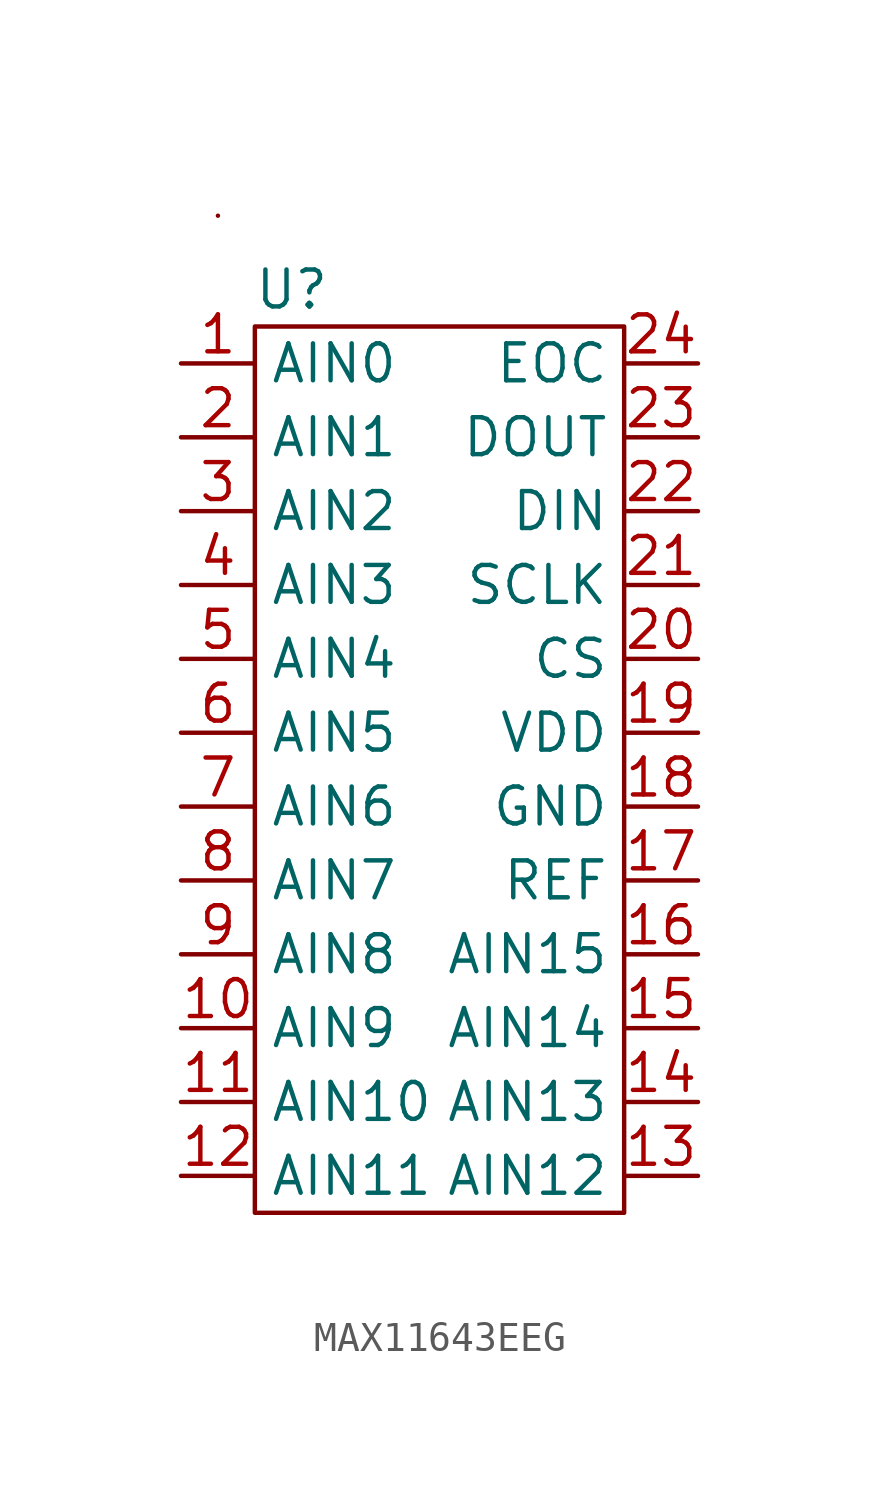
<source format=kicad_sym>
(kicad_symbol_lib
  (version 20220914)
  (generator kicad_symbol_editor)
  (symbol "MAX11643EEG"
    (property "Reference" "U"
      (at -5.08 16.51 0)
      (effects (font (size 1.27 1.27))))
    (property "Value" ""
      (at -8.89 13.97 0)
      (effects (font (size 1.27 1.27))))
    (symbol "MAX11643EEG_0_0"
      (pin input line (at -8.89 13.97 0) (length 2.54) (name "AIN0" (effects (font (size 1.27 1.27)))) (number "1" (effects (font (size 1.27 1.27)))))
      (pin input line (at -8.89 -8.89 0) (length 2.54) (name "AIN9" (effects (font (size 1.27 1.27)))) (number "10" (effects (font (size 1.27 1.27)))))
      (pin input line (at -8.89 -11.43 0) (length 2.54) (name "AIN10" (effects (font (size 1.27 1.27)))) (number "11" (effects (font (size 1.27 1.27)))))
      (pin input line (at -8.89 -13.97 0) (length 2.54) (name "AIN11" (effects (font (size 1.27 1.27)))) (number "12" (effects (font (size 1.27 1.27)))))
      (pin input line (at 8.89 -13.97 180) (length 2.54) (name "AIN12" (effects (font (size 1.27 1.27)))) (number "13" (effects (font (size 1.27 1.27)))))
      (pin input line (at 8.89 -11.43 180) (length 2.54) (name "AIN13" (effects (font (size 1.27 1.27)))) (number "14" (effects (font (size 1.27 1.27)))))
      (pin input line (at 8.89 -8.89 180) (length 2.54) (name "AIN14" (effects (font (size 1.27 1.27)))) (number "15" (effects (font (size 1.27 1.27)))))
      (pin input line (at 8.89 -6.35 180) (length 2.54) (name "AIN15" (effects (font (size 1.27 1.27)))) (number "16" (effects (font (size 1.27 1.27)))))
      (pin input line (at 8.89 -3.81 180) (length 2.54) (name "REF" (effects (font (size 1.27 1.27)))) (number "17" (effects (font (size 1.27 1.27)))))
      (pin input line (at 8.89 -1.27 180) (length 2.54) (name "GND" (effects (font (size 1.27 1.27)))) (number "18" (effects (font (size 1.27 1.27)))))
      (pin input line (at 8.89 1.27 180) (length 2.54) (name "VDD" (effects (font (size 1.27 1.27)))) (number "19" (effects (font (size 1.27 1.27)))))
      (pin input line (at -8.89 11.43 0) (length 2.54) (name "AIN1" (effects (font (size 1.27 1.27)))) (number "2" (effects (font (size 1.27 1.27)))))
      (pin input line (at 8.89 3.81 180) (length 2.54) (name "CS" (effects (font (size 1.27 1.27)))) (number "20" (effects (font (size 1.27 1.27)))))
      (pin input line (at 8.89 6.35 180) (length 2.54) (name "SCLK" (effects (font (size 1.27 1.27)))) (number "21" (effects (font (size 1.27 1.27)))))
      (pin input line (at 8.89 8.89 180) (length 2.54) (name "DIN" (effects (font (size 1.27 1.27)))) (number "22" (effects (font (size 1.27 1.27)))))
      (pin output line (at 8.89 11.43 180) (length 2.54) (name "DOUT" (effects (font (size 1.27 1.27)))) (number "23" (effects (font (size 1.27 1.27)))))
      (pin input line (at -8.89 8.89 0) (length 2.54) (name "AIN2" (effects (font (size 1.27 1.27)))) (number "3" (effects (font (size 1.27 1.27)))))
      (pin input line (at -8.89 6.35 0) (length 2.54) (name "AIN3" (effects (font (size 1.27 1.27)))) (number "4" (effects (font (size 1.27 1.27)))))
      (pin input line (at -8.89 3.81 0) (length 2.54) (name "AIN4" (effects (font (size 1.27 1.27)))) (number "5" (effects (font (size 1.27 1.27)))))
      (pin input line (at -8.89 1.27 0) (length 2.54) (name "AIN5" (effects (font (size 1.27 1.27)))) (number "6" (effects (font (size 1.27 1.27)))))
      (pin input line (at -8.89 -1.27 0) (length 2.54) (name "AIN6" (effects (font (size 1.27 1.27)))) (number "7" (effects (font (size 1.27 1.27)))))
      (pin input line (at -8.89 -3.81 0) (length 2.54) (name "AIN7" (effects (font (size 1.27 1.27)))) (number "8" (effects (font (size 1.27 1.27)))))
      (pin input line (at -8.89 -6.35 0) (length 2.54) (name "AIN8" (effects (font (size 1.27 1.27)))) (number "9" (effects (font (size 1.27 1.27))))))
    (symbol "MAX11643EEG_0_1"
      (rectangle (start -7.62 19.05) (end -7.62 19.05) (stroke (width 0) (type default)) (fill (type none)))
      (rectangle (start -6.35 15.24) (end 6.35 -15.24) (stroke (width 0) (type default)) (fill (type none))))
    (symbol "MAX11643EEG_1_0"
      (pin input line (at 8.89 13.97 180) (length 2.54) (name "EOC" (effects (font (size 1.27 1.27)))) (number "24" (effects (font (size 1.27 1.27))))))))
</source>
